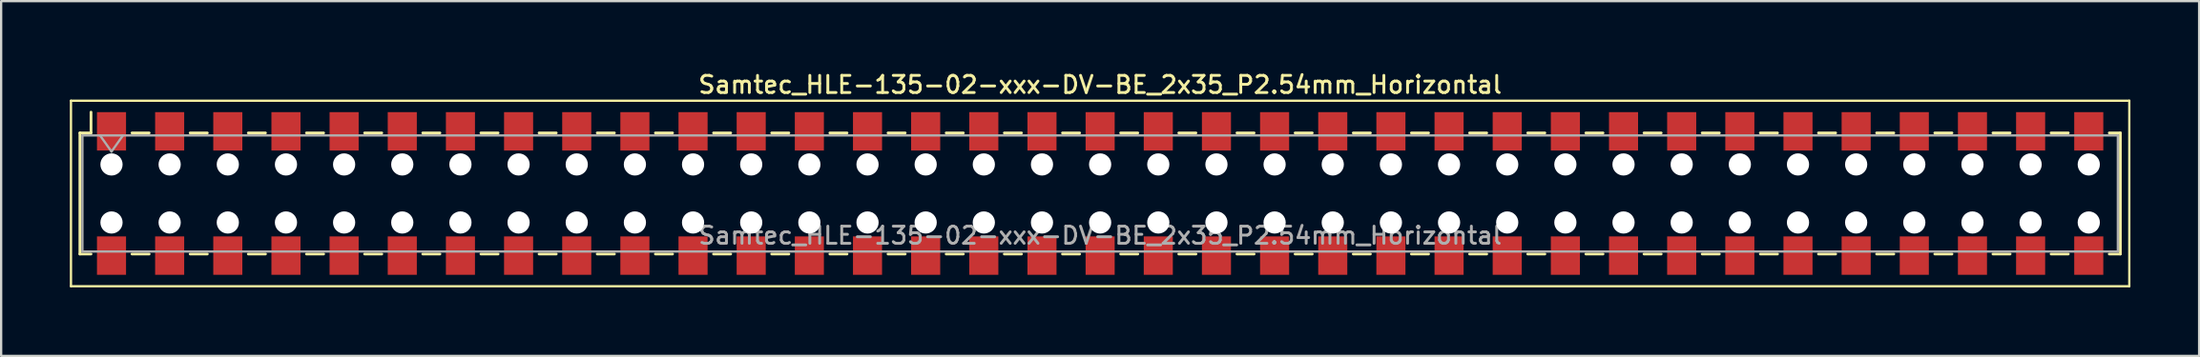
<source format=kicad_pcb>
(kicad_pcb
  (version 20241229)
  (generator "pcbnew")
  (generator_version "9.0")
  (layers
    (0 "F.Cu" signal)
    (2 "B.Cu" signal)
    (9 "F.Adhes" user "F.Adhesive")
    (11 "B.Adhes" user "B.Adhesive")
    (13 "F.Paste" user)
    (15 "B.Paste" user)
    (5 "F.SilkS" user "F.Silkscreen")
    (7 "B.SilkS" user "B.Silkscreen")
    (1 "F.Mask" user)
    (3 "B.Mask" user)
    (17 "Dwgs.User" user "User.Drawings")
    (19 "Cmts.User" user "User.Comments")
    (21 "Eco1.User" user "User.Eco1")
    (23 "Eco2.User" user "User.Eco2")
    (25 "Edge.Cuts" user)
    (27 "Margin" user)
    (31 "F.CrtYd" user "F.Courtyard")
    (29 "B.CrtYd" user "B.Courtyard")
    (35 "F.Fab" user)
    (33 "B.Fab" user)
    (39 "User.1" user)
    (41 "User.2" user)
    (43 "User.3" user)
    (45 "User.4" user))
  (footprint "Samtec_HLE-135-02-xxx-DV-BE_2x35_P2.54mm_Horizontal"
    (layer "F.Cu")
    (at 45 5.418)
    (property "Reference" "Samtec_HLE-135-02-xxx-DV-BE_2x35_P2.54mm_Horizontal" (at 0 -4.76 0) (layer "F.SilkS") (effects (font (size 0.75 0.75) (thickness 0.125))))
    (attr smd)
    (fp_line (start -44.95 -4.06) (end 44.95 -4.06) (stroke (width 0.1) (type solid)) (layer "F.SilkS"))
    (fp_line (start -44.95 4.06) (end -44.95 -4.06) (stroke (width 0.1) (type solid)) (layer "F.SilkS"))
    (fp_line (start -44.56 -2.65) (end -44.56 2.65) (stroke (width 0.12) (type solid)) (layer "F.SilkS"))
    (fp_line (start -44.56 2.65) (end -44.075 2.65) (stroke (width 0.12) (type solid)) (layer "F.SilkS"))
    (fp_line (start -44.075 -3.56) (end -44.075 -2.65) (stroke (width 0.12) (type solid)) (layer "F.SilkS"))
    (fp_line (start -44.075 -2.65) (end -44.56 -2.65) (stroke (width 0.12) (type solid)) (layer "F.SilkS"))
    (fp_line (start -42.285 -2.65) (end -41.535 -2.65) (stroke (width 0.12) (type solid)) (layer "F.SilkS"))
    (fp_line (start -42.285 2.65) (end -41.535 2.65) (stroke (width 0.12) (type solid)) (layer "F.SilkS"))
    (fp_line (start -39.745 -2.65) (end -38.995 -2.65) (stroke (width 0.12) (type solid)) (layer "F.SilkS"))
    (fp_line (start -39.745 2.65) (end -38.995 2.65) (stroke (width 0.12) (type solid)) (layer "F.SilkS"))
    (fp_line (start -37.205 -2.65) (end -36.455 -2.65) (stroke (width 0.12) (type solid)) (layer "F.SilkS"))
    (fp_line (start -37.205 2.65) (end -36.455 2.65) (stroke (width 0.12) (type solid)) (layer "F.SilkS"))
    (fp_line (start -34.665 -2.65) (end -33.915 -2.65) (stroke (width 0.12) (type solid)) (layer "F.SilkS"))
    (fp_line (start -34.665 2.65) (end -33.915 2.65) (stroke (width 0.12) (type solid)) (layer "F.SilkS"))
    (fp_line (start -32.125 -2.65) (end -31.375 -2.65) (stroke (width 0.12) (type solid)) (layer "F.SilkS"))
    (fp_line (start -32.125 2.65) (end -31.375 2.65) (stroke (width 0.12) (type solid)) (layer "F.SilkS"))
    (fp_line (start -29.585 -2.65) (end -28.835 -2.65) (stroke (width 0.12) (type solid)) (layer "F.SilkS"))
    (fp_line (start -29.585 2.65) (end -28.835 2.65) (stroke (width 0.12) (type solid)) (layer "F.SilkS"))
    (fp_line (start -27.045 -2.65) (end -26.295 -2.65) (stroke (width 0.12) (type solid)) (layer "F.SilkS"))
    (fp_line (start -27.045 2.65) (end -26.295 2.65) (stroke (width 0.12) (type solid)) (layer "F.SilkS"))
    (fp_line (start -24.505 -2.65) (end -23.755 -2.65) (stroke (width 0.12) (type solid)) (layer "F.SilkS"))
    (fp_line (start -24.505 2.65) (end -23.755 2.65) (stroke (width 0.12) (type solid)) (layer "F.SilkS"))
    (fp_line (start -21.965 -2.65) (end -21.215 -2.65) (stroke (width 0.12) (type solid)) (layer "F.SilkS"))
    (fp_line (start -21.965 2.65) (end -21.215 2.65) (stroke (width 0.12) (type solid)) (layer "F.SilkS"))
    (fp_line (start -19.425 -2.65) (end -18.675 -2.65) (stroke (width 0.12) (type solid)) (layer "F.SilkS"))
    (fp_line (start -19.425 2.65) (end -18.675 2.65) (stroke (width 0.12) (type solid)) (layer "F.SilkS"))
    (fp_line (start -16.885 -2.65) (end -16.135 -2.65) (stroke (width 0.12) (type solid)) (layer "F.SilkS"))
    (fp_line (start -16.885 2.65) (end -16.135 2.65) (stroke (width 0.12) (type solid)) (layer "F.SilkS"))
    (fp_line (start -14.345 -2.65) (end -13.595 -2.65) (stroke (width 0.12) (type solid)) (layer "F.SilkS"))
    (fp_line (start -14.345 2.65) (end -13.595 2.65) (stroke (width 0.12) (type solid)) (layer "F.SilkS"))
    (fp_line (start -11.805 -2.65) (end -11.055 -2.65) (stroke (width 0.12) (type solid)) (layer "F.SilkS"))
    (fp_line (start -11.805 2.65) (end -11.055 2.65) (stroke (width 0.12) (type solid)) (layer "F.SilkS"))
    (fp_line (start -9.265 -2.65) (end -8.515 -2.65) (stroke (width 0.12) (type solid)) (layer "F.SilkS"))
    (fp_line (start -9.265 2.65) (end -8.515 2.65) (stroke (width 0.12) (type solid)) (layer "F.SilkS"))
    (fp_line (start -6.725 -2.65) (end -5.975 -2.65) (stroke (width 0.12) (type solid)) (layer "F.SilkS"))
    (fp_line (start -6.725 2.65) (end -5.975 2.65) (stroke (width 0.12) (type solid)) (layer "F.SilkS"))
    (fp_line (start -4.185 -2.65) (end -3.435 -2.65) (stroke (width 0.12) (type solid)) (layer "F.SilkS"))
    (fp_line (start -4.185 2.65) (end -3.435 2.65) (stroke (width 0.12) (type solid)) (layer "F.SilkS"))
    (fp_line (start -1.645 -2.65) (end -0.895 -2.65) (stroke (width 0.12) (type solid)) (layer "F.SilkS"))
    (fp_line (start -1.645 2.65) (end -0.895 2.65) (stroke (width 0.12) (type solid)) (layer "F.SilkS"))
    (fp_line (start 0.895 -2.65) (end 1.645 -2.65) (stroke (width 0.12) (type solid)) (layer "F.SilkS"))
    (fp_line (start 0.895 2.65) (end 1.645 2.65) (stroke (width 0.12) (type solid)) (layer "F.SilkS"))
    (fp_line (start 3.435 -2.65) (end 4.185 -2.65) (stroke (width 0.12) (type solid)) (layer "F.SilkS"))
    (fp_line (start 3.435 2.65) (end 4.185 2.65) (stroke (width 0.12) (type solid)) (layer "F.SilkS"))
    (fp_line (start 5.975 -2.65) (end 6.725 -2.65) (stroke (width 0.12) (type solid)) (layer "F.SilkS"))
    (fp_line (start 5.975 2.65) (end 6.725 2.65) (stroke (width 0.12) (type solid)) (layer "F.SilkS"))
    (fp_line (start 8.515 -2.65) (end 9.265 -2.65) (stroke (width 0.12) (type solid)) (layer "F.SilkS"))
    (fp_line (start 8.515 2.65) (end 9.265 2.65) (stroke (width 0.12) (type solid)) (layer "F.SilkS"))
    (fp_line (start 11.055 -2.65) (end 11.805 -2.65) (stroke (width 0.12) (type solid)) (layer "F.SilkS"))
    (fp_line (start 11.055 2.65) (end 11.805 2.65) (stroke (width 0.12) (type solid)) (layer "F.SilkS"))
    (fp_line (start 13.595 -2.65) (end 14.345 -2.65) (stroke (width 0.12) (type solid)) (layer "F.SilkS"))
    (fp_line (start 13.595 2.65) (end 14.345 2.65) (stroke (width 0.12) (type solid)) (layer "F.SilkS"))
    (fp_line (start 16.135 -2.65) (end 16.885 -2.65) (stroke (width 0.12) (type solid)) (layer "F.SilkS"))
    (fp_line (start 16.135 2.65) (end 16.885 2.65) (stroke (width 0.12) (type solid)) (layer "F.SilkS"))
    (fp_line (start 18.675 -2.65) (end 19.425 -2.65) (stroke (width 0.12) (type solid)) (layer "F.SilkS"))
    (fp_line (start 18.675 2.65) (end 19.425 2.65) (stroke (width 0.12) (type solid)) (layer "F.SilkS"))
    (fp_line (start 21.215 -2.65) (end 21.965 -2.65) (stroke (width 0.12) (type solid)) (layer "F.SilkS"))
    (fp_line (start 21.215 2.65) (end 21.965 2.65) (stroke (width 0.12) (type solid)) (layer "F.SilkS"))
    (fp_line (start 23.755 -2.65) (end 24.505 -2.65) (stroke (width 0.12) (type solid)) (layer "F.SilkS"))
    (fp_line (start 23.755 2.65) (end 24.505 2.65) (stroke (width 0.12) (type solid)) (layer "F.SilkS"))
    (fp_line (start 26.295 -2.65) (end 27.045 -2.65) (stroke (width 0.12) (type solid)) (layer "F.SilkS"))
    (fp_line (start 26.295 2.65) (end 27.045 2.65) (stroke (width 0.12) (type solid)) (layer "F.SilkS"))
    (fp_line (start 28.835 -2.65) (end 29.585 -2.65) (stroke (width 0.12) (type solid)) (layer "F.SilkS"))
    (fp_line (start 28.835 2.65) (end 29.585 2.65) (stroke (width 0.12) (type solid)) (layer "F.SilkS"))
    (fp_line (start 31.375 -2.65) (end 32.125 -2.65) (stroke (width 0.12) (type solid)) (layer "F.SilkS"))
    (fp_line (start 31.375 2.65) (end 32.125 2.65) (stroke (width 0.12) (type solid)) (layer "F.SilkS"))
    (fp_line (start 33.915 -2.65) (end 34.665 -2.65) (stroke (width 0.12) (type solid)) (layer "F.SilkS"))
    (fp_line (start 33.915 2.65) (end 34.665 2.65) (stroke (width 0.12) (type solid)) (layer "F.SilkS"))
    (fp_line (start 36.455 -2.65) (end 37.205 -2.65) (stroke (width 0.12) (type solid)) (layer "F.SilkS"))
    (fp_line (start 36.455 2.65) (end 37.205 2.65) (stroke (width 0.12) (type solid)) (layer "F.SilkS"))
    (fp_line (start 38.995 -2.65) (end 39.745 -2.65) (stroke (width 0.12) (type solid)) (layer "F.SilkS"))
    (fp_line (start 38.995 2.65) (end 39.745 2.65) (stroke (width 0.12) (type solid)) (layer "F.SilkS"))
    (fp_line (start 41.535 -2.65) (end 42.285 -2.65) (stroke (width 0.12) (type solid)) (layer "F.SilkS"))
    (fp_line (start 41.535 2.65) (end 42.285 2.65) (stroke (width 0.12) (type solid)) (layer "F.SilkS"))
    (fp_line (start 44.075 -2.65) (end 44.56 -2.65) (stroke (width 0.12) (type solid)) (layer "F.SilkS"))
    (fp_line (start 44.56 -2.65) (end 44.56 2.65) (stroke (width 0.12) (type solid)) (layer "F.SilkS"))
    (fp_line (start 44.56 2.65) (end 44.075 2.65) (stroke (width 0.12) (type solid)) (layer "F.SilkS"))
    (fp_line (start 44.95 -4.06) (end 44.95 4.06) (stroke (width 0.1) (type solid)) (layer "F.SilkS"))
    (fp_line (start 44.95 4.06) (end -44.95 4.06) (stroke (width 0.1) (type solid)) (layer "F.SilkS"))
    (fp_line (start -44.45 -2.54) (end 44.45 -2.54) (stroke (width 0.1) (type solid)) (layer "F.Fab"))
    (fp_line (start -44.45 2.54) (end -44.45 -2.54) (stroke (width 0.1) (type solid)) (layer "F.Fab"))
    (fp_line (start -43.68 -2.54) (end -43.18 -1.833) (stroke (width 0.1) (type solid)) (layer "F.Fab"))
    (fp_line (start -43.18 -1.833) (end -42.68 -2.54) (stroke (width 0.1) (type solid)) (layer "F.Fab"))
    (fp_line (start 44.45 -2.54) (end 44.45 2.54) (stroke (width 0.1) (type solid)) (layer "F.Fab"))
    (fp_line (start 44.45 2.54) (end -44.45 2.54) (stroke (width 0.1) (type solid)) (layer "F.Fab"))
    (fp_text user "${REFERENCE}" (at 0 1.84 0) (layer "F.Fab") (effects (font (size 0.75 0.75) (thickness 0.125))))
    (pad "" np_thru_hole circle (at -43.18 -1.27) (size 0.97 0.97) (drill 0.97) (layers "*.Cu" "*.Mask"))
    (pad "" np_thru_hole circle (at -43.18 1.27) (size 0.97 0.97) (drill 0.97) (layers "*.Cu" "*.Mask"))
    (pad "" np_thru_hole circle (at -40.64 -1.27) (size 0.97 0.97) (drill 0.97) (layers "*.Cu" "*.Mask"))
    (pad "" np_thru_hole circle (at -40.64 1.27) (size 0.97 0.97) (drill 0.97) (layers "*.Cu" "*.Mask"))
    (pad "" np_thru_hole circle (at -38.1 -1.27) (size 0.97 0.97) (drill 0.97) (layers "*.Cu" "*.Mask"))
    (pad "" np_thru_hole circle (at -38.1 1.27) (size 0.97 0.97) (drill 0.97) (layers "*.Cu" "*.Mask"))
    (pad "" np_thru_hole circle (at -35.56 -1.27) (size 0.97 0.97) (drill 0.97) (layers "*.Cu" "*.Mask"))
    (pad "" np_thru_hole circle (at -35.56 1.27) (size 0.97 0.97) (drill 0.97) (layers "*.Cu" "*.Mask"))
    (pad "" np_thru_hole circle (at -33.02 -1.27) (size 0.97 0.97) (drill 0.97) (layers "*.Cu" "*.Mask"))
    (pad "" np_thru_hole circle (at -33.02 1.27) (size 0.97 0.97) (drill 0.97) (layers "*.Cu" "*.Mask"))
    (pad "" np_thru_hole circle (at -30.48 -1.27) (size 0.97 0.97) (drill 0.97) (layers "*.Cu" "*.Mask"))
    (pad "" np_thru_hole circle (at -30.48 1.27) (size 0.97 0.97) (drill 0.97) (layers "*.Cu" "*.Mask"))
    (pad "" np_thru_hole circle (at -27.94 -1.27) (size 0.97 0.97) (drill 0.97) (layers "*.Cu" "*.Mask"))
    (pad "" np_thru_hole circle (at -27.94 1.27) (size 0.97 0.97) (drill 0.97) (layers "*.Cu" "*.Mask"))
    (pad "" np_thru_hole circle (at -25.4 -1.27) (size 0.97 0.97) (drill 0.97) (layers "*.Cu" "*.Mask"))
    (pad "" np_thru_hole circle (at -25.4 1.27) (size 0.97 0.97) (drill 0.97) (layers "*.Cu" "*.Mask"))
    (pad "" np_thru_hole circle (at -22.86 -1.27) (size 0.97 0.97) (drill 0.97) (layers "*.Cu" "*.Mask"))
    (pad "" np_thru_hole circle (at -22.86 1.27) (size 0.97 0.97) (drill 0.97) (layers "*.Cu" "*.Mask"))
    (pad "" np_thru_hole circle (at -20.32 -1.27) (size 0.97 0.97) (drill 0.97) (layers "*.Cu" "*.Mask"))
    (pad "" np_thru_hole circle (at -20.32 1.27) (size 0.97 0.97) (drill 0.97) (layers "*.Cu" "*.Mask"))
    (pad "" np_thru_hole circle (at -17.78 -1.27) (size 0.97 0.97) (drill 0.97) (layers "*.Cu" "*.Mask"))
    (pad "" np_thru_hole circle (at -17.78 1.27) (size 0.97 0.97) (drill 0.97) (layers "*.Cu" "*.Mask"))
    (pad "" np_thru_hole circle (at -15.24 -1.27) (size 0.97 0.97) (drill 0.97) (layers "*.Cu" "*.Mask"))
    (pad "" np_thru_hole circle (at -15.24 1.27) (size 0.97 0.97) (drill 0.97) (layers "*.Cu" "*.Mask"))
    (pad "" np_thru_hole circle (at -12.7 -1.27) (size 0.97 0.97) (drill 0.97) (layers "*.Cu" "*.Mask"))
    (pad "" np_thru_hole circle (at -12.7 1.27) (size 0.97 0.97) (drill 0.97) (layers "*.Cu" "*.Mask"))
    (pad "" np_thru_hole circle (at -10.16 -1.27) (size 0.97 0.97) (drill 0.97) (layers "*.Cu" "*.Mask"))
    (pad "" np_thru_hole circle (at -10.16 1.27) (size 0.97 0.97) (drill 0.97) (layers "*.Cu" "*.Mask"))
    (pad "" np_thru_hole circle (at -7.62 -1.27) (size 0.97 0.97) (drill 0.97) (layers "*.Cu" "*.Mask"))
    (pad "" np_thru_hole circle (at -7.62 1.27) (size 0.97 0.97) (drill 0.97) (layers "*.Cu" "*.Mask"))
    (pad "" np_thru_hole circle (at -5.08 -1.27) (size 0.97 0.97) (drill 0.97) (layers "*.Cu" "*.Mask"))
    (pad "" np_thru_hole circle (at -5.08 1.27) (size 0.97 0.97) (drill 0.97) (layers "*.Cu" "*.Mask"))
    (pad "" np_thru_hole circle (at -2.54 -1.27) (size 0.97 0.97) (drill 0.97) (layers "*.Cu" "*.Mask"))
    (pad "" np_thru_hole circle (at -2.54 1.27) (size 0.97 0.97) (drill 0.97) (layers "*.Cu" "*.Mask"))
    (pad "" np_thru_hole circle (at 0 -1.27) (size 0.97 0.97) (drill 0.97) (layers "*.Cu" "*.Mask"))
    (pad "" np_thru_hole circle (at 0 1.27) (size 0.97 0.97) (drill 0.97) (layers "*.Cu" "*.Mask"))
    (pad "" np_thru_hole circle (at 2.54 -1.27) (size 0.97 0.97) (drill 0.97) (layers "*.Cu" "*.Mask"))
    (pad "" np_thru_hole circle (at 2.54 1.27) (size 0.97 0.97) (drill 0.97) (layers "*.Cu" "*.Mask"))
    (pad "" np_thru_hole circle (at 5.08 -1.27) (size 0.97 0.97) (drill 0.97) (layers "*.Cu" "*.Mask"))
    (pad "" np_thru_hole circle (at 5.08 1.27) (size 0.97 0.97) (drill 0.97) (layers "*.Cu" "*.Mask"))
    (pad "" np_thru_hole circle (at 7.62 -1.27) (size 0.97 0.97) (drill 0.97) (layers "*.Cu" "*.Mask"))
    (pad "" np_thru_hole circle (at 7.62 1.27) (size 0.97 0.97) (drill 0.97) (layers "*.Cu" "*.Mask"))
    (pad "" np_thru_hole circle (at 10.16 -1.27) (size 0.97 0.97) (drill 0.97) (layers "*.Cu" "*.Mask"))
    (pad "" np_thru_hole circle (at 10.16 1.27) (size 0.97 0.97) (drill 0.97) (layers "*.Cu" "*.Mask"))
    (pad "" np_thru_hole circle (at 12.7 -1.27) (size 0.97 0.97) (drill 0.97) (layers "*.Cu" "*.Mask"))
    (pad "" np_thru_hole circle (at 12.7 1.27) (size 0.97 0.97) (drill 0.97) (layers "*.Cu" "*.Mask"))
    (pad "" np_thru_hole circle (at 15.24 -1.27) (size 0.97 0.97) (drill 0.97) (layers "*.Cu" "*.Mask"))
    (pad "" np_thru_hole circle (at 15.24 1.27) (size 0.97 0.97) (drill 0.97) (layers "*.Cu" "*.Mask"))
    (pad "" np_thru_hole circle (at 17.78 -1.27) (size 0.97 0.97) (drill 0.97) (layers "*.Cu" "*.Mask"))
    (pad "" np_thru_hole circle (at 17.78 1.27) (size 0.97 0.97) (drill 0.97) (layers "*.Cu" "*.Mask"))
    (pad "" np_thru_hole circle (at 20.32 -1.27) (size 0.97 0.97) (drill 0.97) (layers "*.Cu" "*.Mask"))
    (pad "" np_thru_hole circle (at 20.32 1.27) (size 0.97 0.97) (drill 0.97) (layers "*.Cu" "*.Mask"))
    (pad "" np_thru_hole circle (at 22.86 -1.27) (size 0.97 0.97) (drill 0.97) (layers "*.Cu" "*.Mask"))
    (pad "" np_thru_hole circle (at 22.86 1.27) (size 0.97 0.97) (drill 0.97) (layers "*.Cu" "*.Mask"))
    (pad "" np_thru_hole circle (at 25.4 -1.27) (size 0.97 0.97) (drill 0.97) (layers "*.Cu" "*.Mask"))
    (pad "" np_thru_hole circle (at 25.4 1.27) (size 0.97 0.97) (drill 0.97) (layers "*.Cu" "*.Mask"))
    (pad "" np_thru_hole circle (at 27.94 -1.27) (size 0.97 0.97) (drill 0.97) (layers "*.Cu" "*.Mask"))
    (pad "" np_thru_hole circle (at 27.94 1.27) (size 0.97 0.97) (drill 0.97) (layers "*.Cu" "*.Mask"))
    (pad "" np_thru_hole circle (at 30.48 -1.27) (size 0.97 0.97) (drill 0.97) (layers "*.Cu" "*.Mask"))
    (pad "" np_thru_hole circle (at 30.48 1.27) (size 0.97 0.97) (drill 0.97) (layers "*.Cu" "*.Mask"))
    (pad "" np_thru_hole circle (at 33.02 -1.27) (size 0.97 0.97) (drill 0.97) (layers "*.Cu" "*.Mask"))
    (pad "" np_thru_hole circle (at 33.02 1.27) (size 0.97 0.97) (drill 0.97) (layers "*.Cu" "*.Mask"))
    (pad "" np_thru_hole circle (at 35.56 -1.27) (size 0.97 0.97) (drill 0.97) (layers "*.Cu" "*.Mask"))
    (pad "" np_thru_hole circle (at 35.56 1.27) (size 0.97 0.97) (drill 0.97) (layers "*.Cu" "*.Mask"))
    (pad "" np_thru_hole circle (at 38.1 -1.27) (size 0.97 0.97) (drill 0.97) (layers "*.Cu" "*.Mask"))
    (pad "" np_thru_hole circle (at 38.1 1.27) (size 0.97 0.97) (drill 0.97) (layers "*.Cu" "*.Mask"))
    (pad "" np_thru_hole circle (at 40.64 -1.27) (size 0.97 0.97) (drill 0.97) (layers "*.Cu" "*.Mask"))
    (pad "" np_thru_hole circle (at 40.64 1.27) (size 0.97 0.97) (drill 0.97) (layers "*.Cu" "*.Mask"))
    (pad "" np_thru_hole circle (at 43.18 -1.27) (size 0.97 0.97) (drill 0.97) (layers "*.Cu" "*.Mask"))
    (pad "" np_thru_hole circle (at 43.18 1.27) (size 0.97 0.97) (drill 0.97) (layers "*.Cu" "*.Mask"))
    (pad "1" smd rect (at -43.18 -2.72) (size 1.27 1.68) (layers "F.Cu" "F.Mask" "F.Paste"))
    (pad "2" smd rect (at -43.18 2.72) (size 1.27 1.68) (layers "F.Cu" "F.Mask" "F.Paste"))
    (pad "3" smd rect (at -40.64 -2.72) (size 1.27 1.68) (layers "F.Cu" "F.Mask" "F.Paste"))
    (pad "4" smd rect (at -40.64 2.72) (size 1.27 1.68) (layers "F.Cu" "F.Mask" "F.Paste"))
    (pad "5" smd rect (at -38.1 -2.72) (size 1.27 1.68) (layers "F.Cu" "F.Mask" "F.Paste"))
    (pad "6" smd rect (at -38.1 2.72) (size 1.27 1.68) (layers "F.Cu" "F.Mask" "F.Paste"))
    (pad "7" smd rect (at -35.56 -2.72) (size 1.27 1.68) (layers "F.Cu" "F.Mask" "F.Paste"))
    (pad "8" smd rect (at -35.56 2.72) (size 1.27 1.68) (layers "F.Cu" "F.Mask" "F.Paste"))
    (pad "9" smd rect (at -33.02 -2.72) (size 1.27 1.68) (layers "F.Cu" "F.Mask" "F.Paste"))
    (pad "10" smd rect (at -33.02 2.72) (size 1.27 1.68) (layers "F.Cu" "F.Mask" "F.Paste"))
    (pad "11" smd rect (at -30.48 -2.72) (size 1.27 1.68) (layers "F.Cu" "F.Mask" "F.Paste"))
    (pad "12" smd rect (at -30.48 2.72) (size 1.27 1.68) (layers "F.Cu" "F.Mask" "F.Paste"))
    (pad "13" smd rect (at -27.94 -2.72) (size 1.27 1.68) (layers "F.Cu" "F.Mask" "F.Paste"))
    (pad "14" smd rect (at -27.94 2.72) (size 1.27 1.68) (layers "F.Cu" "F.Mask" "F.Paste"))
    (pad "15" smd rect (at -25.4 -2.72) (size 1.27 1.68) (layers "F.Cu" "F.Mask" "F.Paste"))
    (pad "16" smd rect (at -25.4 2.72) (size 1.27 1.68) (layers "F.Cu" "F.Mask" "F.Paste"))
    (pad "17" smd rect (at -22.86 -2.72) (size 1.27 1.68) (layers "F.Cu" "F.Mask" "F.Paste"))
    (pad "18" smd rect (at -22.86 2.72) (size 1.27 1.68) (layers "F.Cu" "F.Mask" "F.Paste"))
    (pad "19" smd rect (at -20.32 -2.72) (size 1.27 1.68) (layers "F.Cu" "F.Mask" "F.Paste"))
    (pad "20" smd rect (at -20.32 2.72) (size 1.27 1.68) (layers "F.Cu" "F.Mask" "F.Paste"))
    (pad "21" smd rect (at -17.78 -2.72) (size 1.27 1.68) (layers "F.Cu" "F.Mask" "F.Paste"))
    (pad "22" smd rect (at -17.78 2.72) (size 1.27 1.68) (layers "F.Cu" "F.Mask" "F.Paste"))
    (pad "23" smd rect (at -15.24 -2.72) (size 1.27 1.68) (layers "F.Cu" "F.Mask" "F.Paste"))
    (pad "24" smd rect (at -15.24 2.72) (size 1.27 1.68) (layers "F.Cu" "F.Mask" "F.Paste"))
    (pad "25" smd rect (at -12.7 -2.72) (size 1.27 1.68) (layers "F.Cu" "F.Mask" "F.Paste"))
    (pad "26" smd rect (at -12.7 2.72) (size 1.27 1.68) (layers "F.Cu" "F.Mask" "F.Paste"))
    (pad "27" smd rect (at -10.16 -2.72) (size 1.27 1.68) (layers "F.Cu" "F.Mask" "F.Paste"))
    (pad "28" smd rect (at -10.16 2.72) (size 1.27 1.68) (layers "F.Cu" "F.Mask" "F.Paste"))
    (pad "29" smd rect (at -7.62 -2.72) (size 1.27 1.68) (layers "F.Cu" "F.Mask" "F.Paste"))
    (pad "30" smd rect (at -7.62 2.72) (size 1.27 1.68) (layers "F.Cu" "F.Mask" "F.Paste"))
    (pad "31" smd rect (at -5.08 -2.72) (size 1.27 1.68) (layers "F.Cu" "F.Mask" "F.Paste"))
    (pad "32" smd rect (at -5.08 2.72) (size 1.27 1.68) (layers "F.Cu" "F.Mask" "F.Paste"))
    (pad "33" smd rect (at -2.54 -2.72) (size 1.27 1.68) (layers "F.Cu" "F.Mask" "F.Paste"))
    (pad "34" smd rect (at -2.54 2.72) (size 1.27 1.68) (layers "F.Cu" "F.Mask" "F.Paste"))
    (pad "35" smd rect (at 0 -2.72) (size 1.27 1.68) (layers "F.Cu" "F.Mask" "F.Paste"))
    (pad "36" smd rect (at 0 2.72) (size 1.27 1.68) (layers "F.Cu" "F.Mask" "F.Paste"))
    (pad "37" smd rect (at 2.54 -2.72) (size 1.27 1.68) (layers "F.Cu" "F.Mask" "F.Paste"))
    (pad "38" smd rect (at 2.54 2.72) (size 1.27 1.68) (layers "F.Cu" "F.Mask" "F.Paste"))
    (pad "39" smd rect (at 5.08 -2.72) (size 1.27 1.68) (layers "F.Cu" "F.Mask" "F.Paste"))
    (pad "40" smd rect (at 5.08 2.72) (size 1.27 1.68) (layers "F.Cu" "F.Mask" "F.Paste"))
    (pad "41" smd rect (at 7.62 -2.72) (size 1.27 1.68) (layers "F.Cu" "F.Mask" "F.Paste"))
    (pad "42" smd rect (at 7.62 2.72) (size 1.27 1.68) (layers "F.Cu" "F.Mask" "F.Paste"))
    (pad "43" smd rect (at 10.16 -2.72) (size 1.27 1.68) (layers "F.Cu" "F.Mask" "F.Paste"))
    (pad "44" smd rect (at 10.16 2.72) (size 1.27 1.68) (layers "F.Cu" "F.Mask" "F.Paste"))
    (pad "45" smd rect (at 12.7 -2.72) (size 1.27 1.68) (layers "F.Cu" "F.Mask" "F.Paste"))
    (pad "46" smd rect (at 12.7 2.72) (size 1.27 1.68) (layers "F.Cu" "F.Mask" "F.Paste"))
    (pad "47" smd rect (at 15.24 -2.72) (size 1.27 1.68) (layers "F.Cu" "F.Mask" "F.Paste"))
    (pad "48" smd rect (at 15.24 2.72) (size 1.27 1.68) (layers "F.Cu" "F.Mask" "F.Paste"))
    (pad "49" smd rect (at 17.78 -2.72) (size 1.27 1.68) (layers "F.Cu" "F.Mask" "F.Paste"))
    (pad "50" smd rect (at 17.78 2.72) (size 1.27 1.68) (layers "F.Cu" "F.Mask" "F.Paste"))
    (pad "51" smd rect (at 20.32 -2.72) (size 1.27 1.68) (layers "F.Cu" "F.Mask" "F.Paste"))
    (pad "52" smd rect (at 20.32 2.72) (size 1.27 1.68) (layers "F.Cu" "F.Mask" "F.Paste"))
    (pad "53" smd rect (at 22.86 -2.72) (size 1.27 1.68) (layers "F.Cu" "F.Mask" "F.Paste"))
    (pad "54" smd rect (at 22.86 2.72) (size 1.27 1.68) (layers "F.Cu" "F.Mask" "F.Paste"))
    (pad "55" smd rect (at 25.4 -2.72) (size 1.27 1.68) (layers "F.Cu" "F.Mask" "F.Paste"))
    (pad "56" smd rect (at 25.4 2.72) (size 1.27 1.68) (layers "F.Cu" "F.Mask" "F.Paste"))
    (pad "57" smd rect (at 27.94 -2.72) (size 1.27 1.68) (layers "F.Cu" "F.Mask" "F.Paste"))
    (pad "58" smd rect (at 27.94 2.72) (size 1.27 1.68) (layers "F.Cu" "F.Mask" "F.Paste"))
    (pad "59" smd rect (at 30.48 -2.72) (size 1.27 1.68) (layers "F.Cu" "F.Mask" "F.Paste"))
    (pad "60" smd rect (at 30.48 2.72) (size 1.27 1.68) (layers "F.Cu" "F.Mask" "F.Paste"))
    (pad "61" smd rect (at 33.02 -2.72) (size 1.27 1.68) (layers "F.Cu" "F.Mask" "F.Paste"))
    (pad "62" smd rect (at 33.02 2.72) (size 1.27 1.68) (layers "F.Cu" "F.Mask" "F.Paste"))
    (pad "63" smd rect (at 35.56 -2.72) (size 1.27 1.68) (layers "F.Cu" "F.Mask" "F.Paste"))
    (pad "64" smd rect (at 35.56 2.72) (size 1.27 1.68) (layers "F.Cu" "F.Mask" "F.Paste"))
    (pad "65" smd rect (at 38.1 -2.72) (size 1.27 1.68) (layers "F.Cu" "F.Mask" "F.Paste"))
    (pad "66" smd rect (at 38.1 2.72) (size 1.27 1.68) (layers "F.Cu" "F.Mask" "F.Paste"))
    (pad "67" smd rect (at 40.64 -2.72) (size 1.27 1.68) (layers "F.Cu" "F.Mask" "F.Paste"))
    (pad "68" smd rect (at 40.64 2.72) (size 1.27 1.68) (layers "F.Cu" "F.Mask" "F.Paste"))
    (pad "69" smd rect (at 43.18 -2.72) (size 1.27 1.68) (layers "F.Cu" "F.Mask" "F.Paste"))
    (pad "70" smd rect (at 43.18 2.72) (size 1.27 1.68) (layers "F.Cu" "F.Mask" "F.Paste")))
  (gr_rect
    (start -3 -3)
    (end 93 12.528)
    (stroke (width 0.1) (type default))
    (fill no)
    (layer "Edge.Cuts")))
</source>
